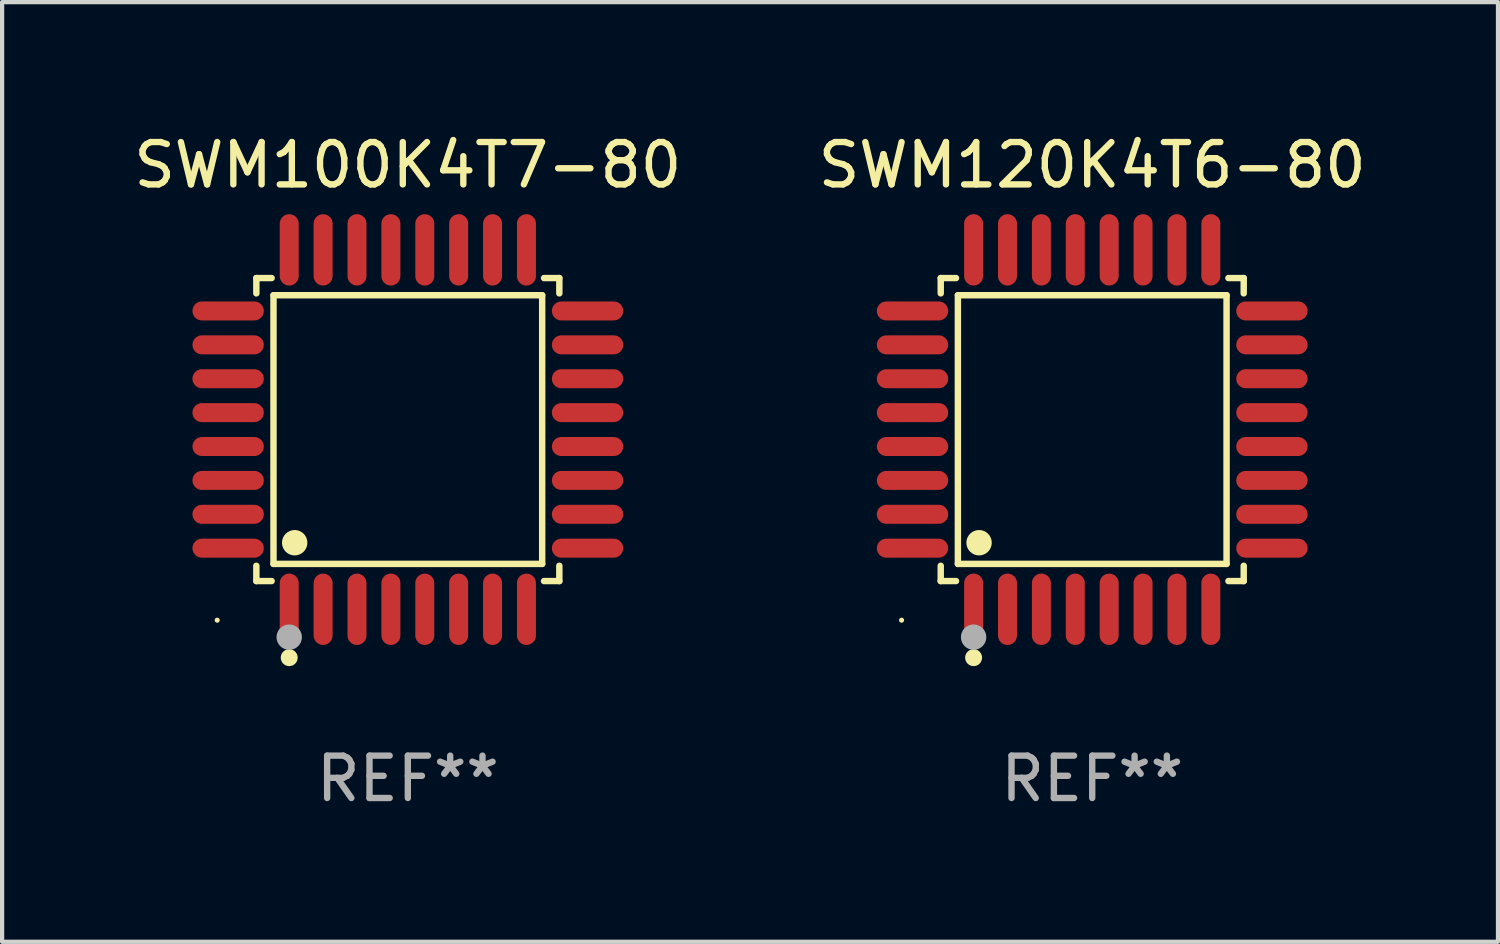
<source format=kicad_pcb>
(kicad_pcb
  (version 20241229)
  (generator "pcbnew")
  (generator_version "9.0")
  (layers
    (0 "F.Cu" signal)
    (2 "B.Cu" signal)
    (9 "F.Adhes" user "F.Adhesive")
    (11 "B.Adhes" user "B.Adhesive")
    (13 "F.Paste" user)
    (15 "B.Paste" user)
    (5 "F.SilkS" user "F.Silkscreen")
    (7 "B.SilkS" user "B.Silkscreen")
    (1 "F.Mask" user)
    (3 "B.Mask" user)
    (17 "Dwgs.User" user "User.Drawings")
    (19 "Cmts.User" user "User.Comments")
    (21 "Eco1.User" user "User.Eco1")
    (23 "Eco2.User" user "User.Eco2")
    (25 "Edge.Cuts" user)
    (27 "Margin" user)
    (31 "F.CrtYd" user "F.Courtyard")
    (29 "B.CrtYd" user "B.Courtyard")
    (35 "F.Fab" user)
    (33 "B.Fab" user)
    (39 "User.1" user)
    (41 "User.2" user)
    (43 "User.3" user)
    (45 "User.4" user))
  (footprint "SWM120K4T6-80"
    (layer "F.Cu")
    (at 22.732 7.09)
    (property "Reference" "SWM120K4T6-80" (at 0 -6.242 0) (layer "F.SilkS") (effects (font (size 1 1) (thickness 0.15))))
    (attr through_hole)
    (fp_line (start -3.576 -3.576) (end -3.215 -3.576) (stroke (width 0.152) (type solid)) (layer "F.SilkS"))
    (fp_line (start -3.576 -3.215) (end -3.576 -3.576) (stroke (width 0.152) (type solid)) (layer "F.SilkS"))
    (fp_line (start -3.576 3.215) (end -3.576 3.576) (stroke (width 0.152) (type solid)) (layer "F.SilkS"))
    (fp_line (start -3.576 3.576) (end -3.215 3.576) (stroke (width 0.152) (type solid)) (layer "F.SilkS"))
    (fp_line (start -3.171 -3.171) (end 3.171 -3.171) (stroke (width 0.152) (type solid)) (layer "F.SilkS"))
    (fp_line (start -3.171 3.171) (end -3.171 -3.171) (stroke (width 0.152) (type solid)) (layer "F.SilkS"))
    (fp_line (start 3.171 -3.171) (end 3.171 3.171) (stroke (width 0.152) (type solid)) (layer "F.SilkS"))
    (fp_line (start 3.171 3.171) (end -3.171 3.171) (stroke (width 0.152) (type solid)) (layer "F.SilkS"))
    (fp_line (start 3.576 -3.576) (end 3.215 -3.576) (stroke (width 0.152) (type solid)) (layer "F.SilkS"))
    (fp_line (start 3.576 -3.215) (end 3.576 -3.576) (stroke (width 0.152) (type solid)) (layer "F.SilkS"))
    (fp_line (start 3.576 3.215) (end 3.576 3.576) (stroke (width 0.152) (type solid)) (layer "F.SilkS"))
    (fp_line (start 3.576 3.576) (end 3.215 3.576) (stroke (width 0.152) (type solid)) (layer "F.SilkS"))
    (fp_circle (center -4.5 4.5) (end -4.47 4.5) (stroke (width 0.06) (type solid)) (fill no) (layer "F.SilkS"))
    (fp_circle (center -2.8 5.384) (end -2.7 5.384) (stroke (width 0.2) (type solid)) (fill no) (layer "F.SilkS"))
    (fp_circle (center -2.671 2.671) (end -2.521 2.671) (stroke (width 0.3) (type solid)) (fill no) (layer "F.SilkS"))
    (fp_circle (center -2.8 4.9) (end -2.65 4.9) (stroke (width 0.3) (type solid)) (fill no) (layer "F.Fab"))
    (fp_text user "REF**" (at 0 8.242 0) (layer "F.Fab") (effects (font (size 1 1) (thickness 0.15))))
    (pad "1" smd oval (at -2.8 4.242) (size 0.448 1.684) (layers "F.Cu" "F.Mask" "F.Paste"))
    (pad "2" smd oval (at -2 4.242) (size 0.448 1.684) (layers "F.Cu" "F.Mask" "F.Paste"))
    (pad "3" smd oval (at -1.2 4.242) (size 0.448 1.684) (layers "F.Cu" "F.Mask" "F.Paste"))
    (pad "4" smd oval (at -0.4 4.242) (size 0.448 1.684) (layers "F.Cu" "F.Mask" "F.Paste"))
    (pad "5" smd oval (at 0.4 4.242) (size 0.448 1.684) (layers "F.Cu" "F.Mask" "F.Paste"))
    (pad "6" smd oval (at 1.2 4.242) (size 0.448 1.684) (layers "F.Cu" "F.Mask" "F.Paste"))
    (pad "7" smd oval (at 2 4.242) (size 0.448 1.684) (layers "F.Cu" "F.Mask" "F.Paste"))
    (pad "8" smd oval (at 2.8 4.242) (size 0.448 1.684) (layers "F.Cu" "F.Mask" "F.Paste"))
    (pad "9" smd oval (at 4.242 2.8) (size 1.684 0.448) (layers "F.Cu" "F.Mask" "F.Paste"))
    (pad "10" smd oval (at 4.242 2) (size 1.684 0.448) (layers "F.Cu" "F.Mask" "F.Paste"))
    (pad "11" smd oval (at 4.242 1.2) (size 1.684 0.448) (layers "F.Cu" "F.Mask" "F.Paste"))
    (pad "12" smd oval (at 4.242 0.4) (size 1.684 0.448) (layers "F.Cu" "F.Mask" "F.Paste"))
    (pad "13" smd oval (at 4.242 -0.4) (size 1.684 0.448) (layers "F.Cu" "F.Mask" "F.Paste"))
    (pad "14" smd oval (at 4.242 -1.2) (size 1.684 0.448) (layers "F.Cu" "F.Mask" "F.Paste"))
    (pad "15" smd oval (at 4.242 -2) (size 1.684 0.448) (layers "F.Cu" "F.Mask" "F.Paste"))
    (pad "16" smd oval (at 4.242 -2.8) (size 1.684 0.448) (layers "F.Cu" "F.Mask" "F.Paste"))
    (pad "17" smd oval (at 2.8 -4.242) (size 0.448 1.684) (layers "F.Cu" "F.Mask" "F.Paste"))
    (pad "18" smd oval (at 2 -4.242) (size 0.448 1.684) (layers "F.Cu" "F.Mask" "F.Paste"))
    (pad "19" smd oval (at 1.2 -4.242) (size 0.448 1.684) (layers "F.Cu" "F.Mask" "F.Paste"))
    (pad "20" smd oval (at 0.4 -4.242) (size 0.448 1.684) (layers "F.Cu" "F.Mask" "F.Paste"))
    (pad "21" smd oval (at -0.4 -4.242) (size 0.448 1.684) (layers "F.Cu" "F.Mask" "F.Paste"))
    (pad "22" smd oval (at -1.2 -4.242) (size 0.448 1.684) (layers "F.Cu" "F.Mask" "F.Paste"))
    (pad "23" smd oval (at -2 -4.242) (size 0.448 1.684) (layers "F.Cu" "F.Mask" "F.Paste"))
    (pad "24" smd oval (at -2.8 -4.242) (size 0.448 1.684) (layers "F.Cu" "F.Mask" "F.Paste"))
    (pad "25" smd oval (at -4.242 -2.8) (size 1.684 0.448) (layers "F.Cu" "F.Mask" "F.Paste"))
    (pad "26" smd oval (at -4.242 -2) (size 1.684 0.448) (layers "F.Cu" "F.Mask" "F.Paste"))
    (pad "27" smd oval (at -4.242 -1.2) (size 1.684 0.448) (layers "F.Cu" "F.Mask" "F.Paste"))
    (pad "28" smd oval (at -4.242 -0.4) (size 1.684 0.448) (layers "F.Cu" "F.Mask" "F.Paste"))
    (pad "29" smd oval (at -4.242 0.4) (size 1.684 0.448) (layers "F.Cu" "F.Mask" "F.Paste"))
    (pad "30" smd oval (at -4.242 1.2) (size 1.684 0.448) (layers "F.Cu" "F.Mask" "F.Paste"))
    (pad "31" smd oval (at -4.242 2) (size 1.684 0.448) (layers "F.Cu" "F.Mask" "F.Paste"))
    (pad "32" smd oval (at -4.242 2.8) (size 1.684 0.448) (layers "F.Cu" "F.Mask" "F.Paste")))
  (footprint "SWM100K4T7-80"
    (layer "F.Cu")
    (at 6.577 7.09)
    (property "Reference" "SWM100K4T7-80" (at 0 -6.242 0) (layer "F.SilkS") (effects (font (size 1 1) (thickness 0.15))))
    (attr through_hole)
    (fp_line (start -3.576 -3.576) (end -3.215 -3.576) (stroke (width 0.152) (type solid)) (layer "F.SilkS"))
    (fp_line (start -3.576 -3.215) (end -3.576 -3.576) (stroke (width 0.152) (type solid)) (layer "F.SilkS"))
    (fp_line (start -3.576 3.215) (end -3.576 3.576) (stroke (width 0.152) (type solid)) (layer "F.SilkS"))
    (fp_line (start -3.576 3.576) (end -3.215 3.576) (stroke (width 0.152) (type solid)) (layer "F.SilkS"))
    (fp_line (start -3.171 -3.171) (end 3.171 -3.171) (stroke (width 0.152) (type solid)) (layer "F.SilkS"))
    (fp_line (start -3.171 3.171) (end -3.171 -3.171) (stroke (width 0.152) (type solid)) (layer "F.SilkS"))
    (fp_line (start 3.171 -3.171) (end 3.171 3.171) (stroke (width 0.152) (type solid)) (layer "F.SilkS"))
    (fp_line (start 3.171 3.171) (end -3.171 3.171) (stroke (width 0.152) (type solid)) (layer "F.SilkS"))
    (fp_line (start 3.576 -3.576) (end 3.215 -3.576) (stroke (width 0.152) (type solid)) (layer "F.SilkS"))
    (fp_line (start 3.576 -3.215) (end 3.576 -3.576) (stroke (width 0.152) (type solid)) (layer "F.SilkS"))
    (fp_line (start 3.576 3.215) (end 3.576 3.576) (stroke (width 0.152) (type solid)) (layer "F.SilkS"))
    (fp_line (start 3.576 3.576) (end 3.215 3.576) (stroke (width 0.152) (type solid)) (layer "F.SilkS"))
    (fp_circle (center -4.5 4.5) (end -4.47 4.5) (stroke (width 0.06) (type solid)) (fill no) (layer "F.SilkS"))
    (fp_circle (center -2.8 5.384) (end -2.7 5.384) (stroke (width 0.2) (type solid)) (fill no) (layer "F.SilkS"))
    (fp_circle (center -2.671 2.671) (end -2.521 2.671) (stroke (width 0.3) (type solid)) (fill no) (layer "F.SilkS"))
    (fp_circle (center -2.8 4.9) (end -2.65 4.9) (stroke (width 0.3) (type solid)) (fill no) (layer "F.Fab"))
    (fp_text user "REF**" (at 0 8.242 0) (layer "F.Fab") (effects (font (size 1 1) (thickness 0.15))))
    (pad "1" smd oval (at -2.8 4.242) (size 0.448 1.684) (layers "F.Cu" "F.Mask" "F.Paste"))
    (pad "2" smd oval (at -2 4.242) (size 0.448 1.684) (layers "F.Cu" "F.Mask" "F.Paste"))
    (pad "3" smd oval (at -1.2 4.242) (size 0.448 1.684) (layers "F.Cu" "F.Mask" "F.Paste"))
    (pad "4" smd oval (at -0.4 4.242) (size 0.448 1.684) (layers "F.Cu" "F.Mask" "F.Paste"))
    (pad "5" smd oval (at 0.4 4.242) (size 0.448 1.684) (layers "F.Cu" "F.Mask" "F.Paste"))
    (pad "6" smd oval (at 1.2 4.242) (size 0.448 1.684) (layers "F.Cu" "F.Mask" "F.Paste"))
    (pad "7" smd oval (at 2 4.242) (size 0.448 1.684) (layers "F.Cu" "F.Mask" "F.Paste"))
    (pad "8" smd oval (at 2.8 4.242) (size 0.448 1.684) (layers "F.Cu" "F.Mask" "F.Paste"))
    (pad "9" smd oval (at 4.242 2.8) (size 1.684 0.448) (layers "F.Cu" "F.Mask" "F.Paste"))
    (pad "10" smd oval (at 4.242 2) (size 1.684 0.448) (layers "F.Cu" "F.Mask" "F.Paste"))
    (pad "11" smd oval (at 4.242 1.2) (size 1.684 0.448) (layers "F.Cu" "F.Mask" "F.Paste"))
    (pad "12" smd oval (at 4.242 0.4) (size 1.684 0.448) (layers "F.Cu" "F.Mask" "F.Paste"))
    (pad "13" smd oval (at 4.242 -0.4) (size 1.684 0.448) (layers "F.Cu" "F.Mask" "F.Paste"))
    (pad "14" smd oval (at 4.242 -1.2) (size 1.684 0.448) (layers "F.Cu" "F.Mask" "F.Paste"))
    (pad "15" smd oval (at 4.242 -2) (size 1.684 0.448) (layers "F.Cu" "F.Mask" "F.Paste"))
    (pad "16" smd oval (at 4.242 -2.8) (size 1.684 0.448) (layers "F.Cu" "F.Mask" "F.Paste"))
    (pad "17" smd oval (at 2.8 -4.242) (size 0.448 1.684) (layers "F.Cu" "F.Mask" "F.Paste"))
    (pad "18" smd oval (at 2 -4.242) (size 0.448 1.684) (layers "F.Cu" "F.Mask" "F.Paste"))
    (pad "19" smd oval (at 1.2 -4.242) (size 0.448 1.684) (layers "F.Cu" "F.Mask" "F.Paste"))
    (pad "20" smd oval (at 0.4 -4.242) (size 0.448 1.684) (layers "F.Cu" "F.Mask" "F.Paste"))
    (pad "21" smd oval (at -0.4 -4.242) (size 0.448 1.684) (layers "F.Cu" "F.Mask" "F.Paste"))
    (pad "22" smd oval (at -1.2 -4.242) (size 0.448 1.684) (layers "F.Cu" "F.Mask" "F.Paste"))
    (pad "23" smd oval (at -2 -4.242) (size 0.448 1.684) (layers "F.Cu" "F.Mask" "F.Paste"))
    (pad "24" smd oval (at -2.8 -4.242) (size 0.448 1.684) (layers "F.Cu" "F.Mask" "F.Paste"))
    (pad "25" smd oval (at -4.242 -2.8) (size 1.684 0.448) (layers "F.Cu" "F.Mask" "F.Paste"))
    (pad "26" smd oval (at -4.242 -2) (size 1.684 0.448) (layers "F.Cu" "F.Mask" "F.Paste"))
    (pad "27" smd oval (at -4.242 -1.2) (size 1.684 0.448) (layers "F.Cu" "F.Mask" "F.Paste"))
    (pad "28" smd oval (at -4.242 -0.4) (size 1.684 0.448) (layers "F.Cu" "F.Mask" "F.Paste"))
    (pad "29" smd oval (at -4.242 0.4) (size 1.684 0.448) (layers "F.Cu" "F.Mask" "F.Paste"))
    (pad "30" smd oval (at -4.242 1.2) (size 1.684 0.448) (layers "F.Cu" "F.Mask" "F.Paste"))
    (pad "31" smd oval (at -4.242 2) (size 1.684 0.448) (layers "F.Cu" "F.Mask" "F.Paste"))
    (pad "32" smd oval (at -4.242 2.8) (size 1.684 0.448) (layers "F.Cu" "F.Mask" "F.Paste")))
  (gr_rect
    (start -3 -3)
    (end 32.31 19.181)
    (stroke (width 0.1) (type default))
    (fill no)
    (layer "Edge.Cuts")))
</source>
